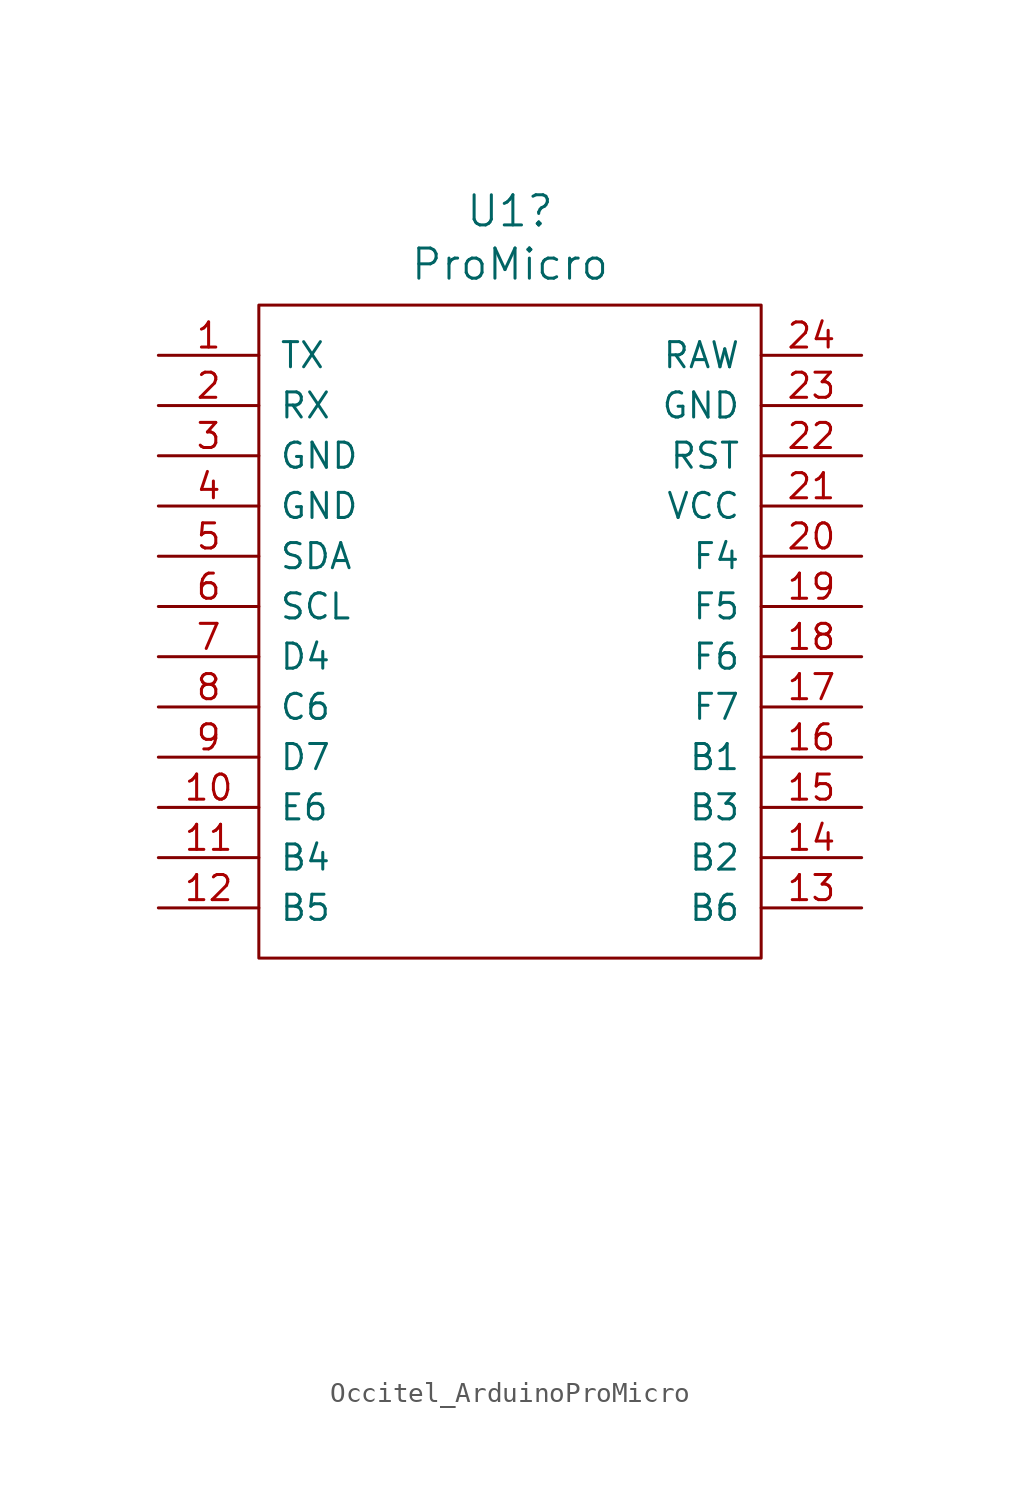
<source format=kicad_sym>
(kicad_symbol_lib
  (version 20220914)
  (generator kicad_symbol_editor)
  (symbol "Occitel_ArduinoProMicro"
    (pin_names
      (offset 1.016))
    (property "Reference" "U1"
      (at 0 26.34 0)
      (effects (font (size 1.524 1.524))))
    (property "Value" "ProMicro"
      (at 0 23.647 0)
      (effects (font (size 1.524 1.524))))
    (property "Datasheet" ""
      (at 2.54 -26.67 0)
      (effects (font (size 1.524 1.524))))
    (symbol "Occitel_ArduinoProMicro_0_1"
      (rectangle (start -12.7 21.59) (end 12.7 -11.43) (stroke (width 0) (type default)) (fill (type none))))
    (symbol "Occitel_ArduinoProMicro_1_1"
      (pin bidirectional line (at -17.78 19.05 0) (length 5.08) (name "TX" (effects (font (size 1.27 1.27)))) (number "1" (effects (font (size 1.27 1.27)))))
      (pin bidirectional line (at -17.78 -3.81 0) (length 5.08) (name "E6" (effects (font (size 1.27 1.27)))) (number "10" (effects (font (size 1.27 1.27)))))
      (pin bidirectional line (at -17.78 -6.35 0) (length 5.08) (name "B4" (effects (font (size 1.27 1.27)))) (number "11" (effects (font (size 1.27 1.27)))))
      (pin bidirectional line (at -17.78 -8.89 0) (length 5.08) (name "B5" (effects (font (size 1.27 1.27)))) (number "12" (effects (font (size 1.27 1.27)))))
      (pin bidirectional line (at 17.78 -8.89 180) (length 5.08) (name "B6" (effects (font (size 1.27 1.27)))) (number "13" (effects (font (size 1.27 1.27)))))
      (pin bidirectional line (at 17.78 -6.35 180) (length 5.08) (name "B2" (effects (font (size 1.27 1.27)))) (number "14" (effects (font (size 1.27 1.27)))))
      (pin bidirectional line (at 17.78 -3.81 180) (length 5.08) (name "B3" (effects (font (size 1.27 1.27)))) (number "15" (effects (font (size 1.27 1.27)))))
      (pin bidirectional line (at 17.78 -1.27 180) (length 5.08) (name "B1" (effects (font (size 1.27 1.27)))) (number "16" (effects (font (size 1.27 1.27)))))
      (pin bidirectional line (at 17.78 1.27 180) (length 5.08) (name "F7" (effects (font (size 1.27 1.27)))) (number "17" (effects (font (size 1.27 1.27)))))
      (pin bidirectional line (at 17.78 3.81 180) (length 5.08) (name "F6" (effects (font (size 1.27 1.27)))) (number "18" (effects (font (size 1.27 1.27)))))
      (pin bidirectional line (at 17.78 6.35 180) (length 5.08) (name "F5" (effects (font (size 1.27 1.27)))) (number "19" (effects (font (size 1.27 1.27)))))
      (pin bidirectional line (at -17.78 16.51 0) (length 5.08) (name "RX" (effects (font (size 1.27 1.27)))) (number "2" (effects (font (size 1.27 1.27)))))
      (pin bidirectional line (at 17.78 8.89 180) (length 5.08) (name "F4" (effects (font (size 1.27 1.27)))) (number "20" (effects (font (size 1.27 1.27)))))
      (pin power_in line (at 17.78 11.43 180) (length 5.08) (name "VCC" (effects (font (size 1.27 1.27)))) (number "21" (effects (font (size 1.27 1.27)))))
      (pin input line (at 17.78 13.97 180) (length 5.08) (name "RST" (effects (font (size 1.27 1.27)))) (number "22" (effects (font (size 1.27 1.27)))))
      (pin power_in line (at 17.78 16.51 180) (length 5.08) (name "GND" (effects (font (size 1.27 1.27)))) (number "23" (effects (font (size 1.27 1.27)))))
      (pin power_out line (at 17.78 19.05 180) (length 5.08) (name "RAW" (effects (font (size 1.27 1.27)))) (number "24" (effects (font (size 1.27 1.27)))))
      (pin power_in line (at -17.78 13.97 0) (length 5.08) (name "GND" (effects (font (size 1.27 1.27)))) (number "3" (effects (font (size 1.27 1.27)))))
      (pin power_in line (at -17.78 11.43 0) (length 5.08) (name "GND" (effects (font (size 1.27 1.27)))) (number "4" (effects (font (size 1.27 1.27)))))
      (pin bidirectional line (at -17.78 8.89 0) (length 5.08) (name "SDA" (effects (font (size 1.27 1.27)))) (number "5" (effects (font (size 1.27 1.27)))))
      (pin bidirectional line (at -17.78 6.35 0) (length 5.08) (name "SCL" (effects (font (size 1.27 1.27)))) (number "6" (effects (font (size 1.27 1.27)))))
      (pin bidirectional line (at -17.78 3.81 0) (length 5.08) (name "D4" (effects (font (size 1.27 1.27)))) (number "7" (effects (font (size 1.27 1.27)))))
      (pin bidirectional line (at -17.78 1.27 0) (length 5.08) (name "C6" (effects (font (size 1.27 1.27)))) (number "8" (effects (font (size 1.27 1.27)))))
      (pin bidirectional line (at -17.78 -1.27 0) (length 5.08) (name "D7" (effects (font (size 1.27 1.27)))) (number "9" (effects (font (size 1.27 1.27))))))))
</source>
